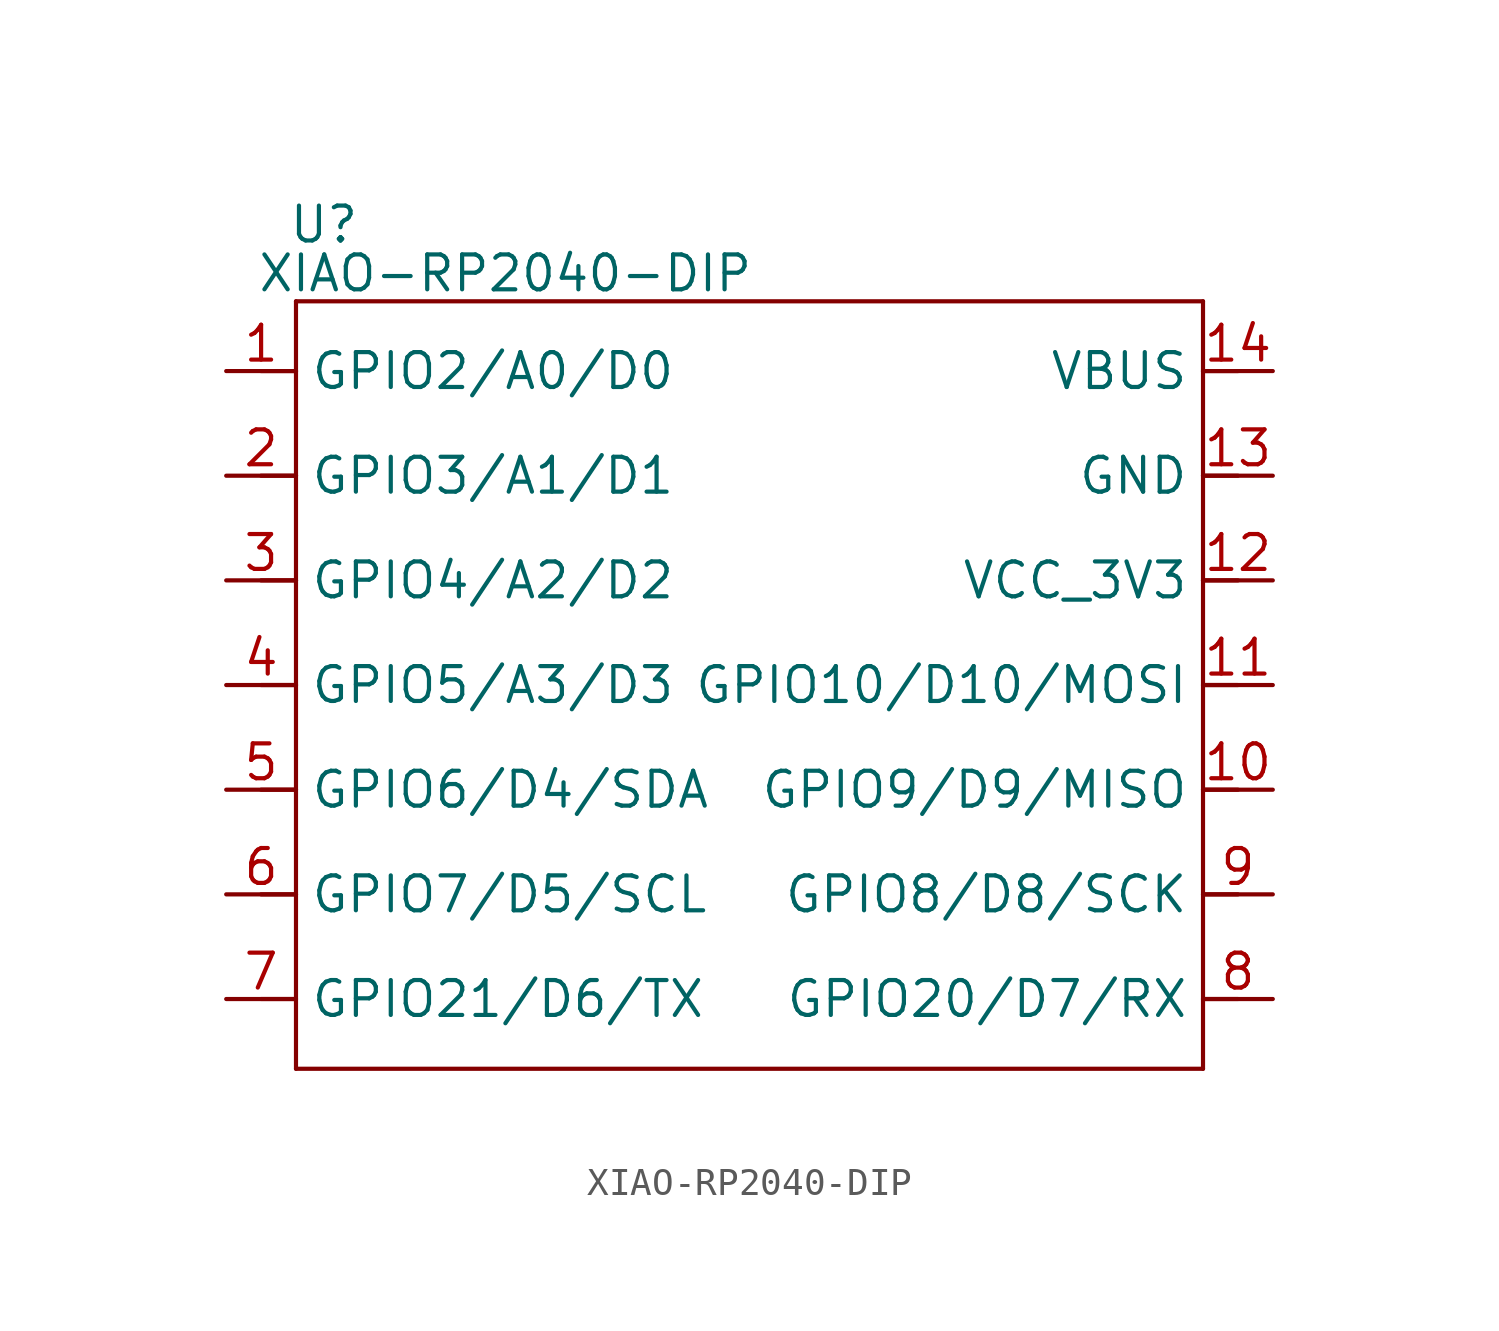
<source format=kicad_sym>
(kicad_symbol_lib
  (version 20231120)
  (generator "kicad_symbol_editor")
  (generator_version "8.0")
  (symbol "XIAO-RP2040-DIP"
    (property "Reference" "U"
      (at 1.016 2.794 0)
      (effects (font (size 1.27 1.27))))
    (property "Value" "XIAO-RP2040-DIP"
      (at 7.62 1.016 0)
      (effects (font (size 1.27 1.27))))
    (symbol "XIAO-RP2040-DIP_1_0"
      (polyline (pts (xy 0 -27.94) (xy 0 -13.97)) (stroke (width 0.152) (type solid)) (fill (type none)))
      (polyline (pts (xy 0 -25.4) (xy -1.27 -25.4)) (stroke (width 0.152) (type solid)) (fill (type none)))
      (polyline (pts (xy 0 -21.59) (xy -1.27 -21.59)) (stroke (width 0.152) (type solid)) (fill (type none)))
      (polyline (pts (xy 0 -17.78) (xy -1.27 -17.78)) (stroke (width 0.152) (type solid)) (fill (type none)))
      (polyline (pts (xy 0 -13.97) (xy -1.27 -13.97)) (stroke (width 0.152) (type solid)) (fill (type none)))
      (polyline (pts (xy 0 -13.97) (xy 0 -10.16)) (stroke (width 0.152) (type solid)) (fill (type none)))
      (polyline (pts (xy 0 -10.16) (xy -1.27 -10.16)) (stroke (width 0.152) (type solid)) (fill (type none)))
      (polyline (pts (xy 0 -10.16) (xy 0 -6.35)) (stroke (width 0.152) (type solid)) (fill (type none)))
      (polyline (pts (xy 0 -6.35) (xy -1.27 -6.35)) (stroke (width 0.152) (type solid)) (fill (type none)))
      (polyline (pts (xy 0 -6.35) (xy 0 -2.54)) (stroke (width 0.152) (type solid)) (fill (type none)))
      (polyline (pts (xy 0 -2.54) (xy -1.27 -2.54)) (stroke (width 0.152) (type solid)) (fill (type none)))
      (polyline (pts (xy 0 -2.54) (xy 0 0)) (stroke (width 0.152) (type solid)) (fill (type none)))
      (polyline (pts (xy 0 0) (xy 33.02 0)) (stroke (width 0.152) (type solid)) (fill (type none)))
      (polyline (pts (xy 33.02 -27.94) (xy 0 -27.94)) (stroke (width 0.152) (type solid)) (fill (type none)))
      (polyline (pts (xy 33.02 -10.16) (xy 33.02 -27.94)) (stroke (width 0.152) (type solid)) (fill (type none)))
      (polyline (pts (xy 33.02 -6.35) (xy 33.02 -10.16)) (stroke (width 0.152) (type solid)) (fill (type none)))
      (polyline (pts (xy 33.02 -2.54) (xy 33.02 -6.35)) (stroke (width 0.152) (type solid)) (fill (type none)))
      (polyline (pts (xy 33.02 0) (xy 33.02 -2.54)) (stroke (width 0.152) (type solid)) (fill (type none)))
      (polyline (pts (xy 34.29 -25.4) (xy 33.02 -25.4)) (stroke (width 0.152) (type solid)) (fill (type none)))
      (polyline (pts (xy 34.29 -21.59) (xy 33.02 -21.59)) (stroke (width 0.152) (type solid)) (fill (type none)))
      (polyline (pts (xy 34.29 -17.78) (xy 33.02 -17.78)) (stroke (width 0.152) (type solid)) (fill (type none)))
      (polyline (pts (xy 34.29 -13.97) (xy 33.02 -13.97)) (stroke (width 0.152) (type solid)) (fill (type none)))
      (polyline (pts (xy 34.29 -10.16) (xy 33.02 -10.16)) (stroke (width 0.152) (type solid)) (fill (type none)))
      (polyline (pts (xy 34.29 -6.35) (xy 33.02 -6.35)) (stroke (width 0.152) (type solid)) (fill (type none)))
      (polyline (pts (xy 34.29 -2.54) (xy 33.02 -2.54)) (stroke (width 0.152) (type solid)) (fill (type none)))
      (pin passive line (at -2.54 -2.54 0) (length 2.54) (name "GPIO2/A0/D0" (effects (font (size 1.27 1.27)))) (number "1" (effects (font (size 1.27 1.27)))))
      (pin passive line (at 35.56 -17.78 180) (length 2.54) (name "GPIO9/D9/MISO" (effects (font (size 1.27 1.27)))) (number "10" (effects (font (size 1.27 1.27)))))
      (pin passive line (at 35.56 -13.97 180) (length 2.54) (name "GPIO10/D10/MOSI" (effects (font (size 1.27 1.27)))) (number "11" (effects (font (size 1.27 1.27)))))
      (pin passive line (at 35.56 -10.16 180) (length 2.54) (name "VCC_3V3" (effects (font (size 1.27 1.27)))) (number "12" (effects (font (size 1.27 1.27)))))
      (pin passive line (at 35.56 -6.35 180) (length 2.54) (name "GND" (effects (font (size 1.27 1.27)))) (number "13" (effects (font (size 1.27 1.27)))))
      (pin passive line (at 35.56 -2.54 180) (length 2.54) (name "VBUS" (effects (font (size 1.27 1.27)))) (number "14" (effects (font (size 1.27 1.27)))))
      (pin passive line (at -2.54 -6.35 0) (length 2.54) (name "GPIO3/A1/D1" (effects (font (size 1.27 1.27)))) (number "2" (effects (font (size 1.27 1.27)))))
      (pin passive line (at -2.54 -10.16 0) (length 2.54) (name "GPIO4/A2/D2" (effects (font (size 1.27 1.27)))) (number "3" (effects (font (size 1.27 1.27)))))
      (pin passive line (at -2.54 -13.97 0) (length 2.54) (name "GPIO5/A3/D3" (effects (font (size 1.27 1.27)))) (number "4" (effects (font (size 1.27 1.27)))))
      (pin passive line (at -2.54 -17.78 0) (length 2.54) (name "GPIO6/D4/SDA" (effects (font (size 1.27 1.27)))) (number "5" (effects (font (size 1.27 1.27)))))
      (pin passive line (at -2.54 -21.59 0) (length 2.54) (name "GPIO7/D5/SCL" (effects (font (size 1.27 1.27)))) (number "6" (effects (font (size 1.27 1.27)))))
      (pin passive line (at -2.54 -25.4 0) (length 2.54) (name "GPIO21/D6/TX" (effects (font (size 1.27 1.27)))) (number "7" (effects (font (size 1.27 1.27)))))
      (pin passive line (at 35.56 -25.4 180) (length 2.54) (name "GPIO20/D7/RX" (effects (font (size 1.27 1.27)))) (number "8" (effects (font (size 1.27 1.27)))))
      (pin passive line (at 35.56 -21.59 180) (length 2.54) (name "GPIO8/D8/SCK" (effects (font (size 1.27 1.27)))) (number "9" (effects (font (size 1.27 1.27))))))))
</source>
